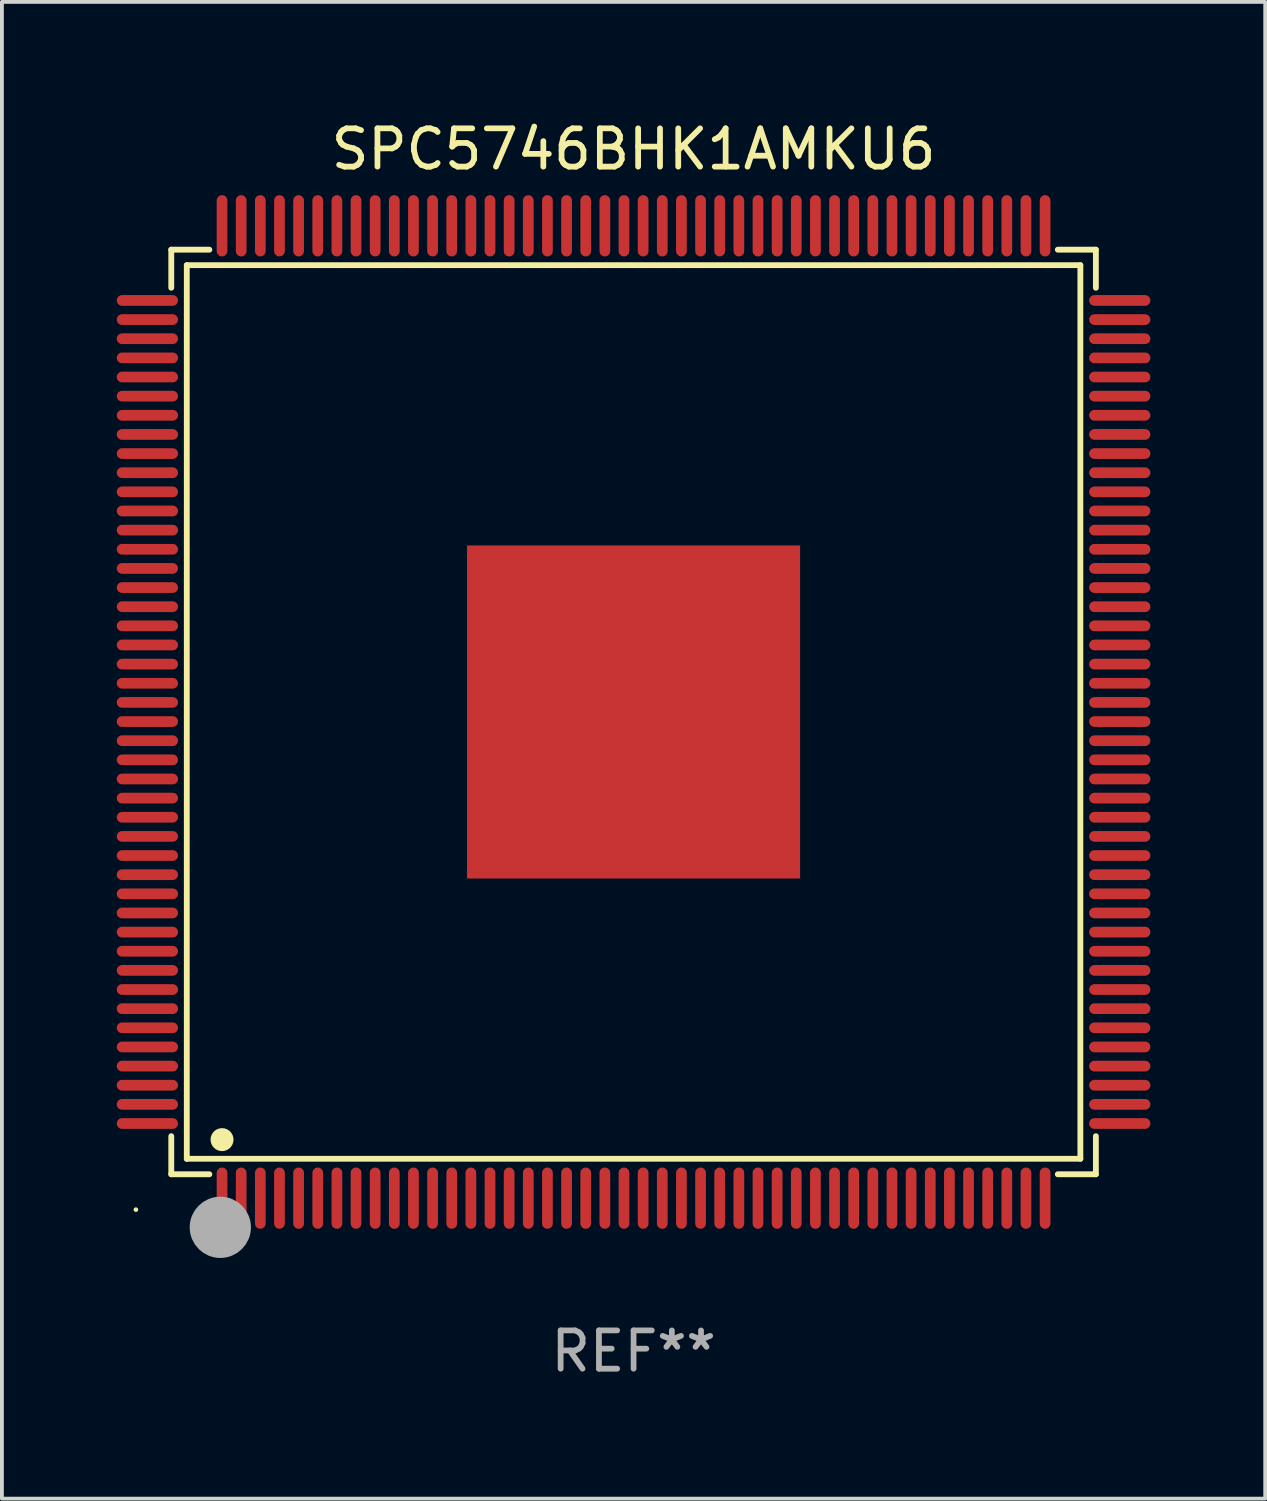
<source format=kicad_pcb>
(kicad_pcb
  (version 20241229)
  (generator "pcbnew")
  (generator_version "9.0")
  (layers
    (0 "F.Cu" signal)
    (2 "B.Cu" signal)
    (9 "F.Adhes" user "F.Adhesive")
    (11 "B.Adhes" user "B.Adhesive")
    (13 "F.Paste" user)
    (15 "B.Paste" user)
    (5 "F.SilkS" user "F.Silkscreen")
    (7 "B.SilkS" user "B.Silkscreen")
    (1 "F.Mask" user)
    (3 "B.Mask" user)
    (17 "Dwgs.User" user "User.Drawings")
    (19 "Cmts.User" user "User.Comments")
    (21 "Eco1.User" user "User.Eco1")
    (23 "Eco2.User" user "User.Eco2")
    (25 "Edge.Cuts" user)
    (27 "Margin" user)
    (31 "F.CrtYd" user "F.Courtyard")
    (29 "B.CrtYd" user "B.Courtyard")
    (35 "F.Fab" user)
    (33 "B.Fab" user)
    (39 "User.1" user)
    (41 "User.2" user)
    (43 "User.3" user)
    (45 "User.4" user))
  (footprint "SPC5746BHK1AMKU6"
    (layer "F.Cu")
    (at 13.5 15.548)
    (property "Reference" "SPC5746BHK1AMKU6" (at 0 -14.7 0) (layer "F.SilkS") (effects (font (size 1 1) (thickness 0.15))))
    (attr through_hole)
    (fp_line (start -12.076 -12.076) (end -11.081 -12.076) (stroke (width 0.152) (type solid)) (layer "F.SilkS"))
    (fp_line (start -12.076 -11.081) (end -12.076 -12.076) (stroke (width 0.152) (type solid)) (layer "F.SilkS"))
    (fp_line (start -12.076 11.081) (end -12.076 12.076) (stroke (width 0.152) (type solid)) (layer "F.SilkS"))
    (fp_line (start -12.076 12.076) (end -11.081 12.076) (stroke (width 0.152) (type solid)) (layer "F.SilkS"))
    (fp_line (start -11.671 -11.671) (end 11.671 -11.671) (stroke (width 0.152) (type solid)) (layer "F.SilkS"))
    (fp_line (start -11.671 11.671) (end -11.671 -11.671) (stroke (width 0.152) (type solid)) (layer "F.SilkS"))
    (fp_line (start 11.671 -11.671) (end 11.671 11.671) (stroke (width 0.152) (type solid)) (layer "F.SilkS"))
    (fp_line (start 11.671 11.671) (end -11.671 11.671) (stroke (width 0.152) (type solid)) (layer "F.SilkS"))
    (fp_line (start 12.076 -12.076) (end 11.081 -12.076) (stroke (width 0.152) (type solid)) (layer "F.SilkS"))
    (fp_line (start 12.076 -11.081) (end 12.076 -12.076) (stroke (width 0.152) (type solid)) (layer "F.SilkS"))
    (fp_line (start 12.076 11.081) (end 12.076 12.076) (stroke (width 0.152) (type solid)) (layer "F.SilkS"))
    (fp_line (start 12.076 12.076) (end 11.081 12.076) (stroke (width 0.152) (type solid)) (layer "F.SilkS"))
    (fp_circle (center -13 13) (end -12.97 13) (stroke (width 0.06) (type solid)) (fill no) (layer "F.SilkS"))
    (fp_circle (center -10.75 11.171) (end -10.6 11.171) (stroke (width 0.3) (type solid)) (fill no) (layer "F.SilkS"))
    (fp_circle (center -10.75 13.8) (end -10.65 13.8) (stroke (width 0.2) (type solid)) (fill no) (layer "F.SilkS"))
    (fp_circle (center -10.795 13.462) (end -10.395 13.462) (stroke (width 0.8) (type solid)) (fill no) (layer "F.Fab"))
    (fp_text user "REF**" (at 0 16.7 0) (layer "F.Fab") (effects (font (size 1 1) (thickness 0.15))))
    (pad "1" smd oval (at -10.75 12.7) (size 0.28 1.6) (layers "F.Cu" "F.Mask" "F.Paste"))
    (pad "2" smd oval (at -10.25 12.7) (size 0.28 1.6) (layers "F.Cu" "F.Mask" "F.Paste"))
    (pad "3" smd oval (at -9.75 12.7) (size 0.28 1.6) (layers "F.Cu" "F.Mask" "F.Paste"))
    (pad "4" smd oval (at -9.25 12.7) (size 0.28 1.6) (layers "F.Cu" "F.Mask" "F.Paste"))
    (pad "5" smd oval (at -8.75 12.7) (size 0.28 1.6) (layers "F.Cu" "F.Mask" "F.Paste"))
    (pad "6" smd oval (at -8.25 12.7) (size 0.28 1.6) (layers "F.Cu" "F.Mask" "F.Paste"))
    (pad "7" smd oval (at -7.75 12.7) (size 0.28 1.6) (layers "F.Cu" "F.Mask" "F.Paste"))
    (pad "8" smd oval (at -7.25 12.7) (size 0.28 1.6) (layers "F.Cu" "F.Mask" "F.Paste"))
    (pad "9" smd oval (at -6.75 12.7) (size 0.28 1.6) (layers "F.Cu" "F.Mask" "F.Paste"))
    (pad "10" smd oval (at -6.25 12.7) (size 0.28 1.6) (layers "F.Cu" "F.Mask" "F.Paste"))
    (pad "11" smd oval (at -5.75 12.7) (size 0.28 1.6) (layers "F.Cu" "F.Mask" "F.Paste"))
    (pad "12" smd oval (at -5.25 12.7) (size 0.28 1.6) (layers "F.Cu" "F.Mask" "F.Paste"))
    (pad "13" smd oval (at -4.75 12.7) (size 0.28 1.6) (layers "F.Cu" "F.Mask" "F.Paste"))
    (pad "14" smd oval (at -4.25 12.7) (size 0.28 1.6) (layers "F.Cu" "F.Mask" "F.Paste"))
    (pad "15" smd oval (at -3.75 12.7) (size 0.28 1.6) (layers "F.Cu" "F.Mask" "F.Paste"))
    (pad "16" smd oval (at -3.25 12.7) (size 0.28 1.6) (layers "F.Cu" "F.Mask" "F.Paste"))
    (pad "17" smd oval (at -2.75 12.7) (size 0.28 1.6) (layers "F.Cu" "F.Mask" "F.Paste"))
    (pad "18" smd oval (at -2.25 12.7) (size 0.28 1.6) (layers "F.Cu" "F.Mask" "F.Paste"))
    (pad "19" smd oval (at -1.75 12.7) (size 0.28 1.6) (layers "F.Cu" "F.Mask" "F.Paste"))
    (pad "20" smd oval (at -1.25 12.7) (size 0.28 1.6) (layers "F.Cu" "F.Mask" "F.Paste"))
    (pad "21" smd oval (at -0.75 12.7) (size 0.28 1.6) (layers "F.Cu" "F.Mask" "F.Paste"))
    (pad "22" smd oval (at -0.25 12.7) (size 0.28 1.6) (layers "F.Cu" "F.Mask" "F.Paste"))
    (pad "23" smd oval (at 0.25 12.7) (size 0.28 1.6) (layers "F.Cu" "F.Mask" "F.Paste"))
    (pad "24" smd oval (at 0.75 12.7) (size 0.28 1.6) (layers "F.Cu" "F.Mask" "F.Paste"))
    (pad "25" smd oval (at 1.25 12.7) (size 0.28 1.6) (layers "F.Cu" "F.Mask" "F.Paste"))
    (pad "26" smd oval (at 1.75 12.7) (size 0.28 1.6) (layers "F.Cu" "F.Mask" "F.Paste"))
    (pad "27" smd oval (at 2.25 12.7) (size 0.28 1.6) (layers "F.Cu" "F.Mask" "F.Paste"))
    (pad "28" smd oval (at 2.75 12.7) (size 0.28 1.6) (layers "F.Cu" "F.Mask" "F.Paste"))
    (pad "29" smd oval (at 3.25 12.7) (size 0.28 1.6) (layers "F.Cu" "F.Mask" "F.Paste"))
    (pad "30" smd oval (at 3.75 12.7) (size 0.28 1.6) (layers "F.Cu" "F.Mask" "F.Paste"))
    (pad "31" smd oval (at 4.25 12.7) (size 0.28 1.6) (layers "F.Cu" "F.Mask" "F.Paste"))
    (pad "32" smd oval (at 4.75 12.7) (size 0.28 1.6) (layers "F.Cu" "F.Mask" "F.Paste"))
    (pad "33" smd oval (at 5.25 12.7) (size 0.28 1.6) (layers "F.Cu" "F.Mask" "F.Paste"))
    (pad "34" smd oval (at 5.75 12.7) (size 0.28 1.6) (layers "F.Cu" "F.Mask" "F.Paste"))
    (pad "35" smd oval (at 6.25 12.7) (size 0.28 1.6) (layers "F.Cu" "F.Mask" "F.Paste"))
    (pad "36" smd oval (at 6.75 12.7) (size 0.28 1.6) (layers "F.Cu" "F.Mask" "F.Paste"))
    (pad "37" smd oval (at 7.25 12.7) (size 0.28 1.6) (layers "F.Cu" "F.Mask" "F.Paste"))
    (pad "38" smd oval (at 7.75 12.7) (size 0.28 1.6) (layers "F.Cu" "F.Mask" "F.Paste"))
    (pad "39" smd oval (at 8.25 12.7) (size 0.28 1.6) (layers "F.Cu" "F.Mask" "F.Paste"))
    (pad "40" smd oval (at 8.75 12.7) (size 0.28 1.6) (layers "F.Cu" "F.Mask" "F.Paste"))
    (pad "41" smd oval (at 9.25 12.7) (size 0.28 1.6) (layers "F.Cu" "F.Mask" "F.Paste"))
    (pad "42" smd oval (at 9.75 12.7) (size 0.28 1.6) (layers "F.Cu" "F.Mask" "F.Paste"))
    (pad "43" smd oval (at 10.25 12.7) (size 0.28 1.6) (layers "F.Cu" "F.Mask" "F.Paste"))
    (pad "44" smd oval (at 10.75 12.7) (size 0.28 1.6) (layers "F.Cu" "F.Mask" "F.Paste"))
    (pad "45" smd oval (at 12.7 10.75) (size 1.6 0.28) (layers "F.Cu" "F.Mask" "F.Paste"))
    (pad "46" smd oval (at 12.7 10.25) (size 1.6 0.28) (layers "F.Cu" "F.Mask" "F.Paste"))
    (pad "47" smd oval (at 12.7 9.75) (size 1.6 0.28) (layers "F.Cu" "F.Mask" "F.Paste"))
    (pad "48" smd oval (at 12.7 9.25) (size 1.6 0.28) (layers "F.Cu" "F.Mask" "F.Paste"))
    (pad "49" smd oval (at 12.7 8.75) (size 1.6 0.28) (layers "F.Cu" "F.Mask" "F.Paste"))
    (pad "50" smd oval (at 12.7 8.25) (size 1.6 0.28) (layers "F.Cu" "F.Mask" "F.Paste"))
    (pad "51" smd oval (at 12.7 7.75) (size 1.6 0.28) (layers "F.Cu" "F.Mask" "F.Paste"))
    (pad "52" smd oval (at 12.7 7.25) (size 1.6 0.28) (layers "F.Cu" "F.Mask" "F.Paste"))
    (pad "53" smd oval (at 12.7 6.75) (size 1.6 0.28) (layers "F.Cu" "F.Mask" "F.Paste"))
    (pad "54" smd oval (at 12.7 6.25) (size 1.6 0.28) (layers "F.Cu" "F.Mask" "F.Paste"))
    (pad "55" smd oval (at 12.7 5.75) (size 1.6 0.28) (layers "F.Cu" "F.Mask" "F.Paste"))
    (pad "56" smd oval (at 12.7 5.25) (size 1.6 0.28) (layers "F.Cu" "F.Mask" "F.Paste"))
    (pad "57" smd oval (at 12.7 4.75) (size 1.6 0.28) (layers "F.Cu" "F.Mask" "F.Paste"))
    (pad "58" smd oval (at 12.7 4.25) (size 1.6 0.28) (layers "F.Cu" "F.Mask" "F.Paste"))
    (pad "59" smd oval (at 12.7 3.75) (size 1.6 0.28) (layers "F.Cu" "F.Mask" "F.Paste"))
    (pad "60" smd oval (at 12.7 3.25) (size 1.6 0.28) (layers "F.Cu" "F.Mask" "F.Paste"))
    (pad "61" smd oval (at 12.7 2.75) (size 1.6 0.28) (layers "F.Cu" "F.Mask" "F.Paste"))
    (pad "62" smd oval (at 12.7 2.25) (size 1.6 0.28) (layers "F.Cu" "F.Mask" "F.Paste"))
    (pad "63" smd oval (at 12.7 1.75) (size 1.6 0.28) (layers "F.Cu" "F.Mask" "F.Paste"))
    (pad "64" smd oval (at 12.7 1.25) (size 1.6 0.28) (layers "F.Cu" "F.Mask" "F.Paste"))
    (pad "65" smd oval (at 12.7 0.75) (size 1.6 0.28) (layers "F.Cu" "F.Mask" "F.Paste"))
    (pad "66" smd oval (at 12.7 0.25) (size 1.6 0.28) (layers "F.Cu" "F.Mask" "F.Paste"))
    (pad "67" smd oval (at 12.7 -0.25) (size 1.6 0.28) (layers "F.Cu" "F.Mask" "F.Paste"))
    (pad "68" smd oval (at 12.7 -0.75) (size 1.6 0.28) (layers "F.Cu" "F.Mask" "F.Paste"))
    (pad "69" smd oval (at 12.7 -1.25) (size 1.6 0.28) (layers "F.Cu" "F.Mask" "F.Paste"))
    (pad "70" smd oval (at 12.7 -1.75) (size 1.6 0.28) (layers "F.Cu" "F.Mask" "F.Paste"))
    (pad "71" smd oval (at 12.7 -2.25) (size 1.6 0.28) (layers "F.Cu" "F.Mask" "F.Paste"))
    (pad "72" smd oval (at 12.7 -2.75) (size 1.6 0.28) (layers "F.Cu" "F.Mask" "F.Paste"))
    (pad "73" smd oval (at 12.7 -3.25) (size 1.6 0.28) (layers "F.Cu" "F.Mask" "F.Paste"))
    (pad "74" smd oval (at 12.7 -3.75) (size 1.6 0.28) (layers "F.Cu" "F.Mask" "F.Paste"))
    (pad "75" smd oval (at 12.7 -4.25) (size 1.6 0.28) (layers "F.Cu" "F.Mask" "F.Paste"))
    (pad "76" smd oval (at 12.7 -4.75) (size 1.6 0.28) (layers "F.Cu" "F.Mask" "F.Paste"))
    (pad "77" smd oval (at 12.7 -5.25) (size 1.6 0.28) (layers "F.Cu" "F.Mask" "F.Paste"))
    (pad "78" smd oval (at 12.7 -5.75) (size 1.6 0.28) (layers "F.Cu" "F.Mask" "F.Paste"))
    (pad "79" smd oval (at 12.7 -6.25) (size 1.6 0.28) (layers "F.Cu" "F.Mask" "F.Paste"))
    (pad "80" smd oval (at 12.7 -6.75) (size 1.6 0.28) (layers "F.Cu" "F.Mask" "F.Paste"))
    (pad "81" smd oval (at 12.7 -7.25) (size 1.6 0.28) (layers "F.Cu" "F.Mask" "F.Paste"))
    (pad "82" smd oval (at 12.7 -7.75) (size 1.6 0.28) (layers "F.Cu" "F.Mask" "F.Paste"))
    (pad "83" smd oval (at 12.7 -8.25) (size 1.6 0.28) (layers "F.Cu" "F.Mask" "F.Paste"))
    (pad "84" smd oval (at 12.7 -8.75) (size 1.6 0.28) (layers "F.Cu" "F.Mask" "F.Paste"))
    (pad "85" smd oval (at 12.7 -9.25) (size 1.6 0.28) (layers "F.Cu" "F.Mask" "F.Paste"))
    (pad "86" smd oval (at 12.7 -9.75) (size 1.6 0.28) (layers "F.Cu" "F.Mask" "F.Paste"))
    (pad "87" smd oval (at 12.7 -10.25) (size 1.6 0.28) (layers "F.Cu" "F.Mask" "F.Paste"))
    (pad "88" smd oval (at 12.7 -10.75) (size 1.6 0.28) (layers "F.Cu" "F.Mask" "F.Paste"))
    (pad "89" smd oval (at 10.75 -12.7) (size 0.28 1.6) (layers "F.Cu" "F.Mask" "F.Paste"))
    (pad "90" smd oval (at 10.25 -12.7) (size 0.28 1.6) (layers "F.Cu" "F.Mask" "F.Paste"))
    (pad "91" smd oval (at 9.75 -12.7) (size 0.28 1.6) (layers "F.Cu" "F.Mask" "F.Paste"))
    (pad "92" smd oval (at 9.25 -12.7) (size 0.28 1.6) (layers "F.Cu" "F.Mask" "F.Paste"))
    (pad "93" smd oval (at 8.75 -12.7) (size 0.28 1.6) (layers "F.Cu" "F.Mask" "F.Paste"))
    (pad "94" smd oval (at 8.25 -12.7) (size 0.28 1.6) (layers "F.Cu" "F.Mask" "F.Paste"))
    (pad "95" smd oval (at 7.75 -12.7) (size 0.28 1.6) (layers "F.Cu" "F.Mask" "F.Paste"))
    (pad "96" smd oval (at 7.25 -12.7) (size 0.28 1.6) (layers "F.Cu" "F.Mask" "F.Paste"))
    (pad "97" smd oval (at 6.75 -12.7) (size 0.28 1.6) (layers "F.Cu" "F.Mask" "F.Paste"))
    (pad "98" smd oval (at 6.25 -12.7) (size 0.28 1.6) (layers "F.Cu" "F.Mask" "F.Paste"))
    (pad "99" smd oval (at 5.75 -12.7) (size 0.28 1.6) (layers "F.Cu" "F.Mask" "F.Paste"))
    (pad "100" smd oval (at 5.25 -12.7) (size 0.28 1.6) (layers "F.Cu" "F.Mask" "F.Paste"))
    (pad "101" smd oval (at 4.75 -12.7) (size 0.28 1.6) (layers "F.Cu" "F.Mask" "F.Paste"))
    (pad "102" smd oval (at 4.25 -12.7) (size 0.28 1.6) (layers "F.Cu" "F.Mask" "F.Paste"))
    (pad "103" smd oval (at 3.75 -12.7) (size 0.28 1.6) (layers "F.Cu" "F.Mask" "F.Paste"))
    (pad "104" smd oval (at 3.25 -12.7) (size 0.28 1.6) (layers "F.Cu" "F.Mask" "F.Paste"))
    (pad "105" smd oval (at 2.75 -12.7) (size 0.28 1.6) (layers "F.Cu" "F.Mask" "F.Paste"))
    (pad "106" smd oval (at 2.25 -12.7) (size 0.28 1.6) (layers "F.Cu" "F.Mask" "F.Paste"))
    (pad "107" smd oval (at 1.75 -12.7) (size 0.28 1.6) (layers "F.Cu" "F.Mask" "F.Paste"))
    (pad "108" smd oval (at 1.25 -12.7) (size 0.28 1.6) (layers "F.Cu" "F.Mask" "F.Paste"))
    (pad "109" smd oval (at 0.75 -12.7) (size 0.28 1.6) (layers "F.Cu" "F.Mask" "F.Paste"))
    (pad "110" smd oval (at 0.25 -12.7) (size 0.28 1.6) (layers "F.Cu" "F.Mask" "F.Paste"))
    (pad "111" smd oval (at -0.25 -12.7) (size 0.28 1.6) (layers "F.Cu" "F.Mask" "F.Paste"))
    (pad "112" smd oval (at -0.75 -12.7) (size 0.28 1.6) (layers "F.Cu" "F.Mask" "F.Paste"))
    (pad "113" smd oval (at -1.25 -12.7) (size 0.28 1.6) (layers "F.Cu" "F.Mask" "F.Paste"))
    (pad "114" smd oval (at -1.75 -12.7) (size 0.28 1.6) (layers "F.Cu" "F.Mask" "F.Paste"))
    (pad "115" smd oval (at -2.25 -12.7) (size 0.28 1.6) (layers "F.Cu" "F.Mask" "F.Paste"))
    (pad "116" smd oval (at -2.75 -12.7) (size 0.28 1.6) (layers "F.Cu" "F.Mask" "F.Paste"))
    (pad "117" smd oval (at -3.25 -12.7) (size 0.28 1.6) (layers "F.Cu" "F.Mask" "F.Paste"))
    (pad "118" smd oval (at -3.75 -12.7) (size 0.28 1.6) (layers "F.Cu" "F.Mask" "F.Paste"))
    (pad "119" smd oval (at -4.25 -12.7) (size 0.28 1.6) (layers "F.Cu" "F.Mask" "F.Paste"))
    (pad "120" smd oval (at -4.75 -12.7) (size 0.28 1.6) (layers "F.Cu" "F.Mask" "F.Paste"))
    (pad "121" smd oval (at -5.25 -12.7) (size 0.28 1.6) (layers "F.Cu" "F.Mask" "F.Paste"))
    (pad "122" smd oval (at -5.75 -12.7) (size 0.28 1.6) (layers "F.Cu" "F.Mask" "F.Paste"))
    (pad "123" smd oval (at -6.25 -12.7) (size 0.28 1.6) (layers "F.Cu" "F.Mask" "F.Paste"))
    (pad "124" smd oval (at -6.75 -12.7) (size 0.28 1.6) (layers "F.Cu" "F.Mask" "F.Paste"))
    (pad "125" smd oval (at -7.25 -12.7) (size 0.28 1.6) (layers "F.Cu" "F.Mask" "F.Paste"))
    (pad "126" smd oval (at -7.75 -12.7) (size 0.28 1.6) (layers "F.Cu" "F.Mask" "F.Paste"))
    (pad "127" smd oval (at -8.25 -12.7) (size 0.28 1.6) (layers "F.Cu" "F.Mask" "F.Paste"))
    (pad "128" smd oval (at -8.75 -12.7) (size 0.28 1.6) (layers "F.Cu" "F.Mask" "F.Paste"))
    (pad "129" smd oval (at -9.25 -12.7) (size 0.28 1.6) (layers "F.Cu" "F.Mask" "F.Paste"))
    (pad "130" smd oval (at -9.75 -12.7) (size 0.28 1.6) (layers "F.Cu" "F.Mask" "F.Paste"))
    (pad "131" smd oval (at -10.25 -12.7) (size 0.28 1.6) (layers "F.Cu" "F.Mask" "F.Paste"))
    (pad "132" smd oval (at -10.75 -12.7) (size 0.28 1.6) (layers "F.Cu" "F.Mask" "F.Paste"))
    (pad "133" smd oval (at -12.7 -10.75) (size 1.6 0.28) (layers "F.Cu" "F.Mask" "F.Paste"))
    (pad "134" smd oval (at -12.7 -10.25) (size 1.6 0.28) (layers "F.Cu" "F.Mask" "F.Paste"))
    (pad "135" smd oval (at -12.7 -9.75) (size 1.6 0.28) (layers "F.Cu" "F.Mask" "F.Paste"))
    (pad "136" smd oval (at -12.7 -9.25) (size 1.6 0.28) (layers "F.Cu" "F.Mask" "F.Paste"))
    (pad "137" smd oval (at -12.7 -8.75) (size 1.6 0.28) (layers "F.Cu" "F.Mask" "F.Paste"))
    (pad "138" smd oval (at -12.7 -8.25) (size 1.6 0.28) (layers "F.Cu" "F.Mask" "F.Paste"))
    (pad "139" smd oval (at -12.7 -7.75) (size 1.6 0.28) (layers "F.Cu" "F.Mask" "F.Paste"))
    (pad "140" smd oval (at -12.7 -7.25) (size 1.6 0.28) (layers "F.Cu" "F.Mask" "F.Paste"))
    (pad "141" smd oval (at -12.7 -6.75) (size 1.6 0.28) (layers "F.Cu" "F.Mask" "F.Paste"))
    (pad "142" smd oval (at -12.7 -6.25) (size 1.6 0.28) (layers "F.Cu" "F.Mask" "F.Paste"))
    (pad "143" smd oval (at -12.7 -5.75) (size 1.6 0.28) (layers "F.Cu" "F.Mask" "F.Paste"))
    (pad "144" smd oval (at -12.7 -5.25) (size 1.6 0.28) (layers "F.Cu" "F.Mask" "F.Paste"))
    (pad "145" smd oval (at -12.7 -4.75) (size 1.6 0.28) (layers "F.Cu" "F.Mask" "F.Paste"))
    (pad "146" smd oval (at -12.7 -4.25) (size 1.6 0.28) (layers "F.Cu" "F.Mask" "F.Paste"))
    (pad "147" smd oval (at -12.7 -3.75) (size 1.6 0.28) (layers "F.Cu" "F.Mask" "F.Paste"))
    (pad "148" smd oval (at -12.7 -3.25) (size 1.6 0.28) (layers "F.Cu" "F.Mask" "F.Paste"))
    (pad "149" smd oval (at -12.7 -2.75) (size 1.6 0.28) (layers "F.Cu" "F.Mask" "F.Paste"))
    (pad "150" smd oval (at -12.7 -2.25) (size 1.6 0.28) (layers "F.Cu" "F.Mask" "F.Paste"))
    (pad "151" smd oval (at -12.7 -1.75) (size 1.6 0.28) (layers "F.Cu" "F.Mask" "F.Paste"))
    (pad "152" smd oval (at -12.7 -1.25) (size 1.6 0.28) (layers "F.Cu" "F.Mask" "F.Paste"))
    (pad "153" smd oval (at -12.7 -0.75) (size 1.6 0.28) (layers "F.Cu" "F.Mask" "F.Paste"))
    (pad "154" smd oval (at -12.7 -0.25) (size 1.6 0.28) (layers "F.Cu" "F.Mask" "F.Paste"))
    (pad "155" smd oval (at -12.7 0.25) (size 1.6 0.28) (layers "F.Cu" "F.Mask" "F.Paste"))
    (pad "156" smd oval (at -12.7 0.75) (size 1.6 0.28) (layers "F.Cu" "F.Mask" "F.Paste"))
    (pad "157" smd oval (at -12.7 1.25) (size 1.6 0.28) (layers "F.Cu" "F.Mask" "F.Paste"))
    (pad "158" smd oval (at -12.7 1.75) (size 1.6 0.28) (layers "F.Cu" "F.Mask" "F.Paste"))
    (pad "159" smd oval (at -12.7 2.25) (size 1.6 0.28) (layers "F.Cu" "F.Mask" "F.Paste"))
    (pad "160" smd oval (at -12.7 2.75) (size 1.6 0.28) (layers "F.Cu" "F.Mask" "F.Paste"))
    (pad "161" smd oval (at -12.7 3.25) (size 1.6 0.28) (layers "F.Cu" "F.Mask" "F.Paste"))
    (pad "162" smd oval (at -12.7 3.75) (size 1.6 0.28) (layers "F.Cu" "F.Mask" "F.Paste"))
    (pad "163" smd oval (at -12.7 4.25) (size 1.6 0.28) (layers "F.Cu" "F.Mask" "F.Paste"))
    (pad "164" smd oval (at -12.7 4.75) (size 1.6 0.28) (layers "F.Cu" "F.Mask" "F.Paste"))
    (pad "165" smd oval (at -12.7 5.25) (size 1.6 0.28) (layers "F.Cu" "F.Mask" "F.Paste"))
    (pad "166" smd oval (at -12.7 5.75) (size 1.6 0.28) (layers "F.Cu" "F.Mask" "F.Paste"))
    (pad "167" smd oval (at -12.7 6.25) (size 1.6 0.28) (layers "F.Cu" "F.Mask" "F.Paste"))
    (pad "168" smd oval (at -12.7 6.75) (size 1.6 0.28) (layers "F.Cu" "F.Mask" "F.Paste"))
    (pad "169" smd oval (at -12.7 7.25) (size 1.6 0.28) (layers "F.Cu" "F.Mask" "F.Paste"))
    (pad "170" smd oval (at -12.7 7.75) (size 1.6 0.28) (layers "F.Cu" "F.Mask" "F.Paste"))
    (pad "171" smd oval (at -12.7 8.25) (size 1.6 0.28) (layers "F.Cu" "F.Mask" "F.Paste"))
    (pad "172" smd oval (at -12.7 8.75) (size 1.6 0.28) (layers "F.Cu" "F.Mask" "F.Paste"))
    (pad "173" smd oval (at -12.7 9.25) (size 1.6 0.28) (layers "F.Cu" "F.Mask" "F.Paste"))
    (pad "174" smd oval (at -12.7 9.75) (size 1.6 0.28) (layers "F.Cu" "F.Mask" "F.Paste"))
    (pad "175" smd oval (at -12.7 10.25) (size 1.6 0.28) (layers "F.Cu" "F.Mask" "F.Paste"))
    (pad "176" smd oval (at -12.7 10.75) (size 1.6 0.28) (layers "F.Cu" "F.Mask" "F.Paste"))
    (pad "177" smd rect (at 0 0) (size 8.7 8.7) (layers "F.Cu" "F.Mask" "F.Paste")))
  (gr_rect
    (start -3 -3)
    (end 30 36.097)
    (stroke (width 0.1) (type default))
    (fill no)
    (layer "Edge.Cuts")))
</source>
